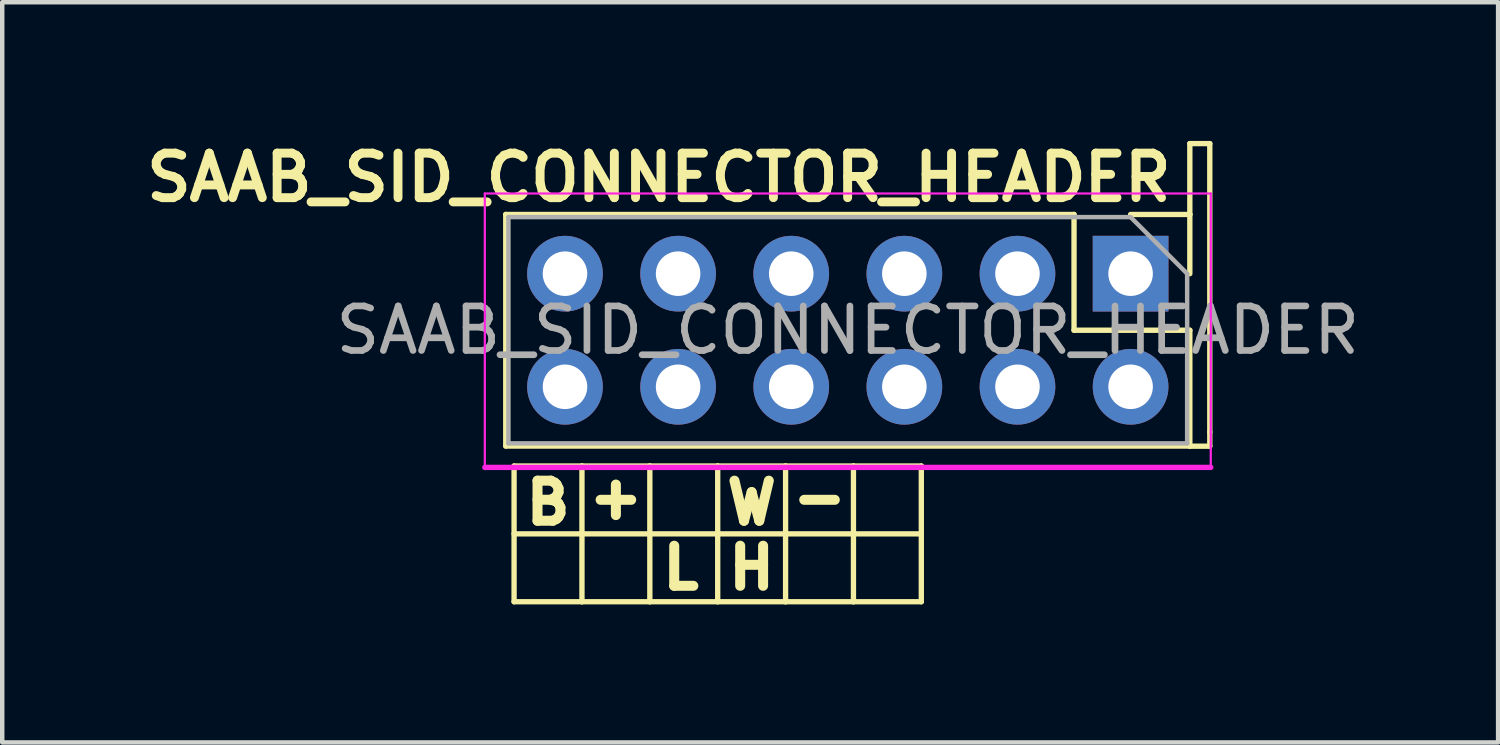
<source format=kicad_pcb>
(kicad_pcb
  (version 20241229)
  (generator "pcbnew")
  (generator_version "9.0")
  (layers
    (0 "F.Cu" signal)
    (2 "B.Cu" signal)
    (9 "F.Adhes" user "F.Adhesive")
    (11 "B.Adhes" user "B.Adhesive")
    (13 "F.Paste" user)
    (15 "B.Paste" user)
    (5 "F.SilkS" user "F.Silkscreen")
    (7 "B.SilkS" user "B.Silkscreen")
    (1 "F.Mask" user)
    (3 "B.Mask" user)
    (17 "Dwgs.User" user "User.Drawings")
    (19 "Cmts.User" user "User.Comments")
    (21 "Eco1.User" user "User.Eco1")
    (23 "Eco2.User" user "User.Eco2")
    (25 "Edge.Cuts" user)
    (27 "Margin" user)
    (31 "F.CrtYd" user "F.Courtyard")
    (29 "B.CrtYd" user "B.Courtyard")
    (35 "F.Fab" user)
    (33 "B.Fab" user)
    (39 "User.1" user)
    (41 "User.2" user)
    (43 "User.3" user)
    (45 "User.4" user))
  (footprint "SAAB_SID_CONNECTOR_HEADER"
    (layer "F.Cu")
    (at 15.986 4.238)
    (property "Reference" "SAAB_SID_CONNECTOR_HEADER" (at 7.366 -3.302 0) (layer "F.SilkS") (effects (font (size 1 1) (thickness 0.2)) (justify right)))
    (attr through_hole)
    (fp_line (start -7.68 -2.473) (end -7.68 2.727) (stroke (width 0.12) (type solid)) (layer "F.SilkS"))
    (fp_line (start -7.493 3.175) (end -7.493 6.223) (stroke (width 0.12) (type solid)) (layer "F.SilkS"))
    (fp_line (start -7.493 3.175) (end -5.969 3.175) (stroke (width 0.12) (type solid)) (layer "F.SilkS"))
    (fp_line (start -7.493 6.223) (end -5.969 6.223) (stroke (width 0.12) (type solid)) (layer "F.SilkS"))
    (fp_line (start -5.969 3.175) (end -5.969 4.699) (stroke (width 0.12) (type solid)) (layer "F.SilkS"))
    (fp_line (start -5.969 4.699) (end -7.493 4.699) (stroke (width 0.12) (type solid)) (layer "F.SilkS"))
    (fp_line (start -5.969 4.699) (end -5.969 6.223) (stroke (width 0.12) (type solid)) (layer "F.SilkS"))
    (fp_line (start -5.969 6.223) (end -4.445 6.223) (stroke (width 0.12) (type solid)) (layer "F.SilkS"))
    (fp_line (start -4.445 3.175) (end -5.969 3.175) (stroke (width 0.12) (type solid)) (layer "F.SilkS"))
    (fp_line (start -4.445 3.175) (end -2.921 3.175) (stroke (width 0.12) (type solid)) (layer "F.SilkS"))
    (fp_line (start -4.445 4.699) (end -5.969 4.699) (stroke (width 0.12) (type solid)) (layer "F.SilkS"))
    (fp_line (start -4.445 4.699) (end -4.445 3.175) (stroke (width 0.12) (type solid)) (layer "F.SilkS"))
    (fp_line (start -4.445 4.699) (end -4.445 6.223) (stroke (width 0.12) (type solid)) (layer "F.SilkS"))
    (fp_line (start -4.445 6.223) (end -2.921 6.223) (stroke (width 0.12) (type solid)) (layer "F.SilkS"))
    (fp_line (start -2.921 3.175) (end -2.921 4.699) (stroke (width 0.12) (type solid)) (layer "F.SilkS"))
    (fp_line (start -2.921 3.175) (end -1.397 3.175) (stroke (width 0.12) (type solid)) (layer "F.SilkS"))
    (fp_line (start -2.921 4.699) (end -4.445 4.699) (stroke (width 0.12) (type solid)) (layer "F.SilkS"))
    (fp_line (start -2.921 4.699) (end -2.921 6.223) (stroke (width 0.12) (type solid)) (layer "F.SilkS"))
    (fp_line (start -2.921 6.223) (end -1.397 6.223) (stroke (width 0.12) (type solid)) (layer "F.SilkS"))
    (fp_line (start -1.397 3.175) (end -1.397 4.699) (stroke (width 0.12) (type solid)) (layer "F.SilkS"))
    (fp_line (start -1.397 3.175) (end 0.127 3.175) (stroke (width 0.12) (type solid)) (layer "F.SilkS"))
    (fp_line (start -1.397 4.699) (end -2.921 4.699) (stroke (width 0.12) (type solid)) (layer "F.SilkS"))
    (fp_line (start -1.397 6.223) (end -1.397 4.699) (stroke (width 0.12) (type solid)) (layer "F.SilkS"))
    (fp_line (start -1.397 6.223) (end 0.127 6.223) (stroke (width 0.12) (type solid)) (layer "F.SilkS"))
    (fp_line (start 0.127 3.175) (end 0.127 4.699) (stroke (width 0.12) (type solid)) (layer "F.SilkS"))
    (fp_line (start 0.127 3.175) (end 1.651 3.175) (stroke (width 0.12) (type solid)) (layer "F.SilkS"))
    (fp_line (start 0.127 4.699) (end -1.397 4.699) (stroke (width 0.12) (type solid)) (layer "F.SilkS"))
    (fp_line (start 0.127 4.699) (end 1.651 4.699) (stroke (width 0.12) (type solid)) (layer "F.SilkS"))
    (fp_line (start 0.127 6.223) (end 0.127 4.699) (stroke (width 0.12) (type solid)) (layer "F.SilkS"))
    (fp_line (start 1.651 3.175) (end 1.651 4.699) (stroke (width 0.12) (type solid)) (layer "F.SilkS"))
    (fp_line (start 1.651 4.699) (end 1.651 6.223) (stroke (width 0.12) (type solid)) (layer "F.SilkS"))
    (fp_line (start 1.651 6.223) (end 0.127 6.223) (stroke (width 0.12) (type solid)) (layer "F.SilkS"))
    (fp_line (start 5.08 -2.473) (end -7.68 -2.473) (stroke (width 0.12) (type solid)) (layer "F.SilkS"))
    (fp_line (start 5.08 -2.473) (end 5.08 0.127) (stroke (width 0.12) (type solid)) (layer "F.SilkS"))
    (fp_line (start 5.08 0.127) (end 7.68 0.127) (stroke (width 0.12) (type solid)) (layer "F.SilkS"))
    (fp_line (start 6.35 -2.473) (end 7.68 -2.473) (stroke (width 0.12) (type solid)) (layer "F.SilkS"))
    (fp_line (start 7.68 -4.064) (end 8.128 -4.064) (stroke (width 0.12) (type solid)) (layer "F.SilkS"))
    (fp_line (start 7.68 -2.473) (end 7.68 -4.064) (stroke (width 0.12) (type solid)) (layer "F.SilkS"))
    (fp_line (start 7.68 -2.473) (end 7.68 -1.143) (stroke (width 0.12) (type solid)) (layer "F.SilkS"))
    (fp_line (start 7.68 0.127) (end 7.68 2.727) (stroke (width 0.12) (type solid)) (layer "F.SilkS"))
    (fp_line (start 7.68 2.727) (end -7.68 2.727) (stroke (width 0.12) (type solid)) (layer "F.SilkS"))
    (fp_line (start 7.68 2.731) (end 8.128 2.731) (stroke (width 0.12) (type solid)) (layer "F.SilkS"))
    (fp_line (start 8.128 -4.064) (end 8.128 2.413) (stroke (width 0.12) (type solid)) (layer "F.SilkS"))
    (fp_line (start 8.128 2.731) (end 8.128 2.413) (stroke (width 0.12) (type solid)) (layer "F.SilkS"))
    (fp_line (start -8.15 -2.943) (end -8.15 3.207) (stroke (width 0.05) (type solid)) (layer "F.CrtYd"))
    (fp_line (start 8.15 -2.943) (end -8.15 -2.943) (stroke (width 0.05) (type solid)) (layer "F.CrtYd"))
    (fp_line (start 8.15 3.207) (end -8.15 3.207) (stroke (width 0.12) (type solid)) (layer "F.CrtYd"))
    (fp_line (start 8.15 3.207) (end 8.15 -2.943) (stroke (width 0.05) (type solid)) (layer "F.CrtYd"))
    (fp_line (start -7.62 -2.413) (end 6.35 -2.413) (stroke (width 0.1) (type solid)) (layer "F.Fab"))
    (fp_line (start -7.62 2.667) (end -7.62 -2.413) (stroke (width 0.1) (type solid)) (layer "F.Fab"))
    (fp_line (start 6.35 -2.413) (end 7.62 -1.143) (stroke (width 0.1) (type solid)) (layer "F.Fab"))
    (fp_line (start 7.62 -1.143) (end 7.62 2.667) (stroke (width 0.1) (type solid)) (layer "F.Fab"))
    (fp_line (start 7.62 2.667) (end -7.62 2.667) (stroke (width 0.1) (type solid)) (layer "F.Fab"))
    (fp_text user "-" (at -0.635 3.873 0) (layer "F.SilkS") (effects (font (size 0.9 0.9) (thickness 0.225))))
    (fp_text user "B" (at -6.731 4 0) (layer "F.SilkS") (effects (font (size 0.9 0.9) (thickness 0.225))))
    (fp_text user "+" (at -5.207 3.873 0) (layer "F.SilkS") (effects (font (size 0.9 0.9) (thickness 0.225))))
    (fp_text user "W" (at -2.159 4 0) (layer "F.SilkS") (effects (font (size 0.9 0.9) (thickness 0.225))))
    (fp_text user "H" (at -2.159 5.461 0) (layer "F.SilkS") (effects (font (size 0.9 0.9) (thickness 0.225))))
    (fp_text user "L" (at -3.747 5.461 0) (layer "F.SilkS") (effects (font (size 0.9 0.9) (thickness 0.225))))
    (fp_text user "${REFERENCE}" (at 0 0.127 0) (layer "F.Fab") (effects (font (size 1 1) (thickness 0.15))))
    (pad "1" thru_hole rect (at 6.35 -1.143 270) (size 1.7 1.7) (drill 1) (layers "*.Cu" "*.Mask"))
    (pad "2" thru_hole oval (at 3.81 -1.143 270) (size 1.7 1.7) (drill 1) (layers "*.Cu" "*.Mask"))
    (pad "3" thru_hole oval (at 1.27 -1.143 270) (size 1.7 1.7) (drill 1) (layers "*.Cu" "*.Mask"))
    (pad "4" thru_hole oval (at -1.27 -1.143 270) (size 1.7 1.7) (drill 1) (layers "*.Cu" "*.Mask"))
    (pad "5" thru_hole oval (at -3.81 -1.143 270) (size 1.7 1.7) (drill 1) (layers "*.Cu" "*.Mask"))
    (pad "6" thru_hole oval (at -6.35 -1.143 270) (size 1.7 1.7) (drill 1) (layers "*.Cu" "*.Mask"))
    (pad "7" thru_hole oval (at -6.35 1.397 270) (size 1.7 1.7) (drill 1) (layers "*.Cu" "*.Mask"))
    (pad "8" thru_hole oval (at -3.81 1.397 270) (size 1.7 1.7) (drill 1) (layers "*.Cu" "*.Mask"))
    (pad "9" thru_hole oval (at -1.27 1.397 270) (size 1.7 1.7) (drill 1) (layers "*.Cu" "*.Mask"))
    (pad "10" thru_hole oval (at 1.27 1.397 270) (size 1.7 1.7) (drill 1) (layers "*.Cu" "*.Mask"))
    (pad "11" thru_hole oval (at 3.81 1.397 270) (size 1.7 1.7) (drill 1) (layers "*.Cu" "*.Mask"))
    (pad "12" thru_hole oval (at 6.35 1.397 270) (size 1.7 1.7) (drill 1) (layers "*.Cu" "*.Mask")))
  (gr_rect
    (start -3 -3)
    (end 30.588 13.62)
    (stroke (width 0.1) (type default))
    (fill no)
    (layer "Edge.Cuts")))
</source>
